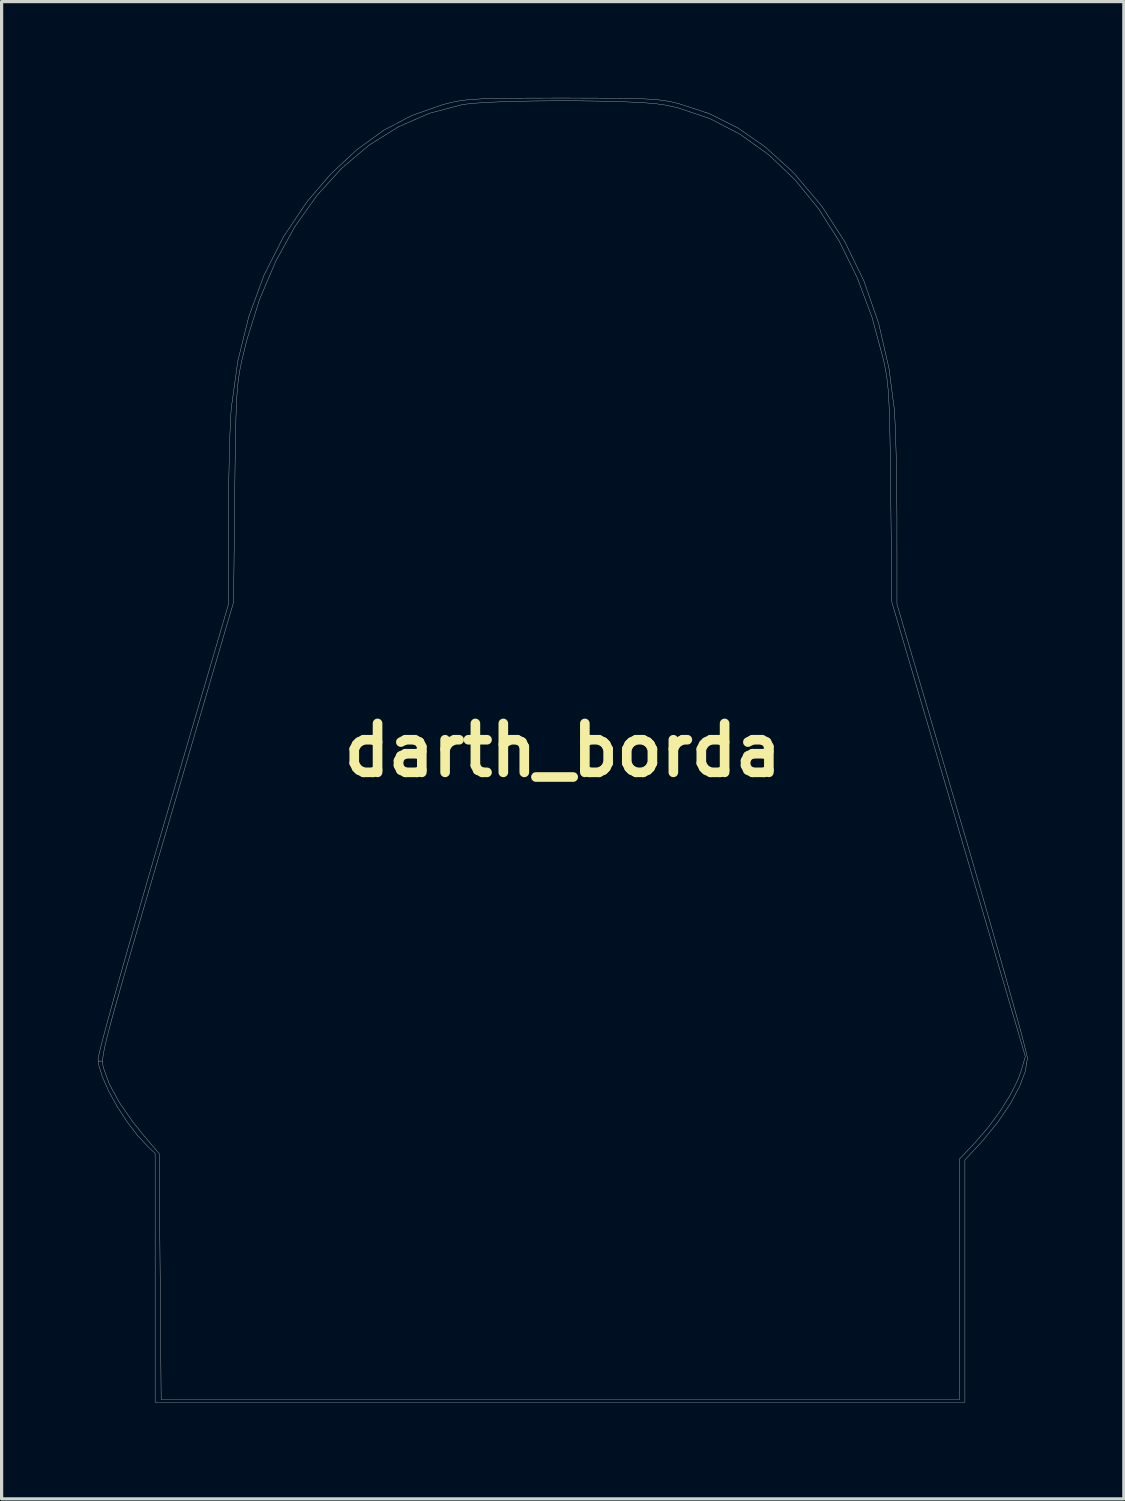
<source format=kicad_pcb>
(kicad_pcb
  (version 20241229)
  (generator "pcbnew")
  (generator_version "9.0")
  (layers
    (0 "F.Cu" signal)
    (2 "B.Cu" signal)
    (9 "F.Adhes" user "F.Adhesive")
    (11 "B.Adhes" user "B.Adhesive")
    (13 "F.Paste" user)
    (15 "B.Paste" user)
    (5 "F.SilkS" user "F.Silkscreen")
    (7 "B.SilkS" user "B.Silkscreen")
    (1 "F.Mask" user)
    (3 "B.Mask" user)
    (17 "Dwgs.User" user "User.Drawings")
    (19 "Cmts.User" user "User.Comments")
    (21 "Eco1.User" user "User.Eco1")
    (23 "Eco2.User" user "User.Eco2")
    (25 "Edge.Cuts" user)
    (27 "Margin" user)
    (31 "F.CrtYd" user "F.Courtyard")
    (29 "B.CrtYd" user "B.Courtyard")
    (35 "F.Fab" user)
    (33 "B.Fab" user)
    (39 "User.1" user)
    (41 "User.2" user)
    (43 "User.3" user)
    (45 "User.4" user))
  (footprint "darth_borda"
    (layer "F.Cu")
    (at 14.483 20.325)
    (property "Reference" "darth_borda" (at 0 0 0) (layer "F.SilkS") (effects (font (size 1.524 1.524) (thickness 0.3))))
    (attr through_hole)
    (fp_poly (pts (xy 0.798 -20.319) (xy 1.448 -20.316) (xy 1.97 -20.31) (xy 2.385 -20.3) (xy 2.714 -20.285) (xy 2.978 -20.264) (xy 3.198 -20.236) (xy 3.394 -20.199) (xy 3.587 -20.154) (xy 3.606 -20.149) (xy 4.567 -19.834) (xy 5.459 -19.388) (xy 6.304 -18.801) (xy 7.123 -18.059) (xy 7.241 -17.939) (xy 8.083 -16.937) (xy 8.799 -15.826) (xy 9.387 -14.613) (xy 9.842 -13.305) (xy 10.163 -11.909) (xy 10.328 -10.652) (xy 10.35 -10.315) (xy 10.37 -9.841) (xy 10.387 -9.262) (xy 10.4 -8.61) (xy 10.409 -7.917) (xy 10.413 -7.215) (xy 10.413 -7.122) (xy 10.414 -4.55) (xy 12.446 2.372) (xy 12.754 3.425) (xy 13.048 4.437) (xy 13.324 5.394) (xy 13.579 6.285) (xy 13.809 7.096) (xy 14.011 7.816) (xy 14.182 8.432) (xy 14.317 8.931) (xy 14.413 9.301) (xy 14.467 9.53) (xy 14.478 9.599) (xy 14.414 10.002) (xy 14.232 10.483) (xy 13.947 11.014) (xy 13.573 11.568) (xy 13.127 12.118) (xy 13.012 12.246) (xy 12.531 12.765) (xy 12.531 20.32) (xy -12.7 20.32) (xy -12.7 12.56) (xy -12.92 12.355) (xy -13.249 12.003) (xy -13.576 11.574) (xy -13.88 11.105) (xy -14.142 10.63) (xy -14.341 10.186) (xy -14.457 9.808) (xy -14.471 9.686) (xy -14.335 9.686) (xy -14.332 9.774) (xy -14.321 9.849) (xy -14.309 9.901) (xy -14.127 10.401) (xy -13.82 10.966) (xy -13.405 11.567) (xy -13.109 11.936) (xy -12.574 12.569) (xy -12.543 16.402) (xy -12.512 20.235) (xy 12.361 20.235) (xy 12.361 12.738) (xy 12.841 12.232) (xy 13.246 11.765) (xy 13.621 11.256) (xy 13.941 10.746) (xy 14.178 10.277) (xy 14.278 10.007) (xy 14.413 9.541) (xy 12.334 2.463) (xy 10.255 -4.614) (xy 10.22 -7.959) (xy 10.21 -8.815) (xy 10.2 -9.523) (xy 10.189 -10.101) (xy 10.175 -10.569) (xy 10.158 -10.949) (xy 10.137 -11.258) (xy 10.11 -11.519) (xy 10.076 -11.749) (xy 10.035 -11.971) (xy 9.997 -12.15) (xy 9.638 -13.486) (xy 9.175 -14.725) (xy 8.616 -15.859) (xy 7.966 -16.879) (xy 7.232 -17.778) (xy 6.422 -18.549) (xy 5.54 -19.184) (xy 4.595 -19.675) (xy 3.593 -20.015) (xy 3.133 -20.114) (xy 2.82 -20.153) (xy 2.367 -20.184) (xy 1.805 -20.208) (xy 1.164 -20.224) (xy 0.473 -20.233) (xy -0.239 -20.234) (xy -0.94 -20.228) (xy -1.601 -20.214) (xy -2.192 -20.193) (xy -2.684 -20.164) (xy -3.047 -20.128) (xy -3.133 -20.114) (xy -4.158 -19.844) (xy -5.13 -19.419) (xy -6.04 -18.847) (xy -6.883 -18.136) (xy -7.651 -17.292) (xy -8.339 -16.324) (xy -8.939 -15.24) (xy -9.446 -14.047) (xy -9.851 -12.752) (xy -9.997 -12.15) (xy -10.045 -11.922) (xy -10.084 -11.7) (xy -10.116 -11.465) (xy -10.142 -11.195) (xy -10.162 -10.872) (xy -10.178 -10.475) (xy -10.191 -9.984) (xy -10.202 -9.38) (xy -10.212 -8.641) (xy -10.219 -7.959) (xy -10.255 -4.614) (xy -12.33 2.45) (xy -12.693 3.684) (xy -13.01 4.766) (xy -13.285 5.707) (xy -13.521 6.517) (xy -13.72 7.208) (xy -13.885 7.789) (xy -14.02 8.271) (xy -14.126 8.665) (xy -14.207 8.982) (xy -14.266 9.232) (xy -14.305 9.425) (xy -14.327 9.573) (xy -14.335 9.686) (xy -14.471 9.686) (xy -14.478 9.624) (xy -14.454 9.494) (xy -14.386 9.214) (xy -14.277 8.797) (xy -14.13 8.255) (xy -13.949 7.601) (xy -13.737 6.848) (xy -13.498 6.007) (xy -13.236 5.091) (xy -12.954 4.113) (xy -12.655 3.086) (xy -12.446 2.374) (xy -10.414 -4.547) (xy -10.413 -7.12) (xy -10.41 -7.821) (xy -10.402 -8.517) (xy -10.389 -9.177) (xy -10.372 -9.768) (xy -10.353 -10.258) (xy -10.331 -10.616) (xy -10.328 -10.652) (xy -10.125 -12.118) (xy -9.784 -13.502) (xy -9.309 -14.796) (xy -8.703 -15.995) (xy -7.968 -17.09) (xy -7.241 -17.939) (xy -6.424 -18.704) (xy -5.584 -19.313) (xy -4.699 -19.778) (xy -3.75 -20.111) (xy -3.606 -20.149) (xy -3.412 -20.196) (xy -3.217 -20.233) (xy -3.001 -20.262) (xy -2.742 -20.283) (xy -2.42 -20.299) (xy -2.014 -20.31) (xy -1.502 -20.316) (xy -0.866 -20.319) (xy -0.082 -20.32) (xy -0.000001 -20.32) (xy 0.798 -20.319)) (stroke (width 0.01) (type solid)) (fill no) (layer "Edge.Cuts"))
    (fp_poly (pts (xy 0.798 -20.319) (xy 1.448 -20.316) (xy 1.97 -20.31) (xy 2.385 -20.3) (xy 2.714 -20.285) (xy 2.978 -20.264) (xy 3.198 -20.236) (xy 3.394 -20.199) (xy 3.587 -20.154) (xy 3.606 -20.149) (xy 4.567 -19.834) (xy 5.459 -19.388) (xy 6.304 -18.801) (xy 7.123 -18.059) (xy 7.241 -17.939) (xy 8.083 -16.937) (xy 8.799 -15.826) (xy 9.387 -14.613) (xy 9.842 -13.305) (xy 10.163 -11.909) (xy 10.328 -10.652) (xy 10.35 -10.315) (xy 10.37 -9.841) (xy 10.387 -9.262) (xy 10.4 -8.61) (xy 10.409 -7.917) (xy 10.413 -7.215) (xy 10.413 -7.122) (xy 10.414 -4.55) (xy 12.446 2.372) (xy 12.754 3.425) (xy 13.048 4.437) (xy 13.324 5.394) (xy 13.579 6.285) (xy 13.809 7.096) (xy 14.011 7.816) (xy 14.182 8.432) (xy 14.317 8.931) (xy 14.413 9.301) (xy 14.467 9.53) (xy 14.478 9.599) (xy 14.414 10.002) (xy 14.232 10.483) (xy 13.947 11.014) (xy 13.573 11.568) (xy 13.127 12.118) (xy 13.012 12.246) (xy 12.531 12.765) (xy 12.531 20.32) (xy -12.7 20.32) (xy -12.7 12.56) (xy -12.92 12.355) (xy -13.249 12.003) (xy -13.576 11.574) (xy -13.88 11.105) (xy -14.142 10.63) (xy -14.341 10.186) (xy -14.457 9.808) (xy -14.471 9.686) (xy -14.335 9.686) (xy -14.332 9.774) (xy -14.321 9.849) (xy -14.309 9.901) (xy -14.127 10.401) (xy -13.82 10.966) (xy -13.405 11.567) (xy -13.109 11.936) (xy -12.574 12.569) (xy -12.543 16.402) (xy -12.512 20.235) (xy 12.361 20.235) (xy 12.361 12.738) (xy 12.841 12.232) (xy 13.246 11.765) (xy 13.621 11.256) (xy 13.941 10.746) (xy 14.178 10.277) (xy 14.278 10.007) (xy 14.413 9.541) (xy 12.334 2.463) (xy 10.255 -4.614) (xy 10.22 -7.959) (xy 10.21 -8.815) (xy 10.2 -9.523) (xy 10.189 -10.101) (xy 10.175 -10.569) (xy 10.158 -10.949) (xy 10.137 -11.258) (xy 10.11 -11.519) (xy 10.076 -11.749) (xy 10.035 -11.971) (xy 9.997 -12.15) (xy 9.638 -13.486) (xy 9.175 -14.725) (xy 8.616 -15.859) (xy 7.966 -16.879) (xy 7.232 -17.778) (xy 6.422 -18.549) (xy 5.54 -19.184) (xy 4.595 -19.675) (xy 3.593 -20.015) (xy 3.133 -20.114) (xy 2.82 -20.153) (xy 2.367 -20.184) (xy 1.805 -20.208) (xy 1.164 -20.224) (xy 0.473 -20.233) (xy -0.239 -20.234) (xy -0.94 -20.228) (xy -1.601 -20.214) (xy -2.192 -20.193) (xy -2.684 -20.164) (xy -3.047 -20.128) (xy -3.133 -20.114) (xy -4.158 -19.844) (xy -5.13 -19.419) (xy -6.04 -18.847) (xy -6.883 -18.136) (xy -7.651 -17.292) (xy -8.339 -16.324) (xy -8.939 -15.24) (xy -9.446 -14.047) (xy -9.851 -12.752) (xy -9.997 -12.15) (xy -10.045 -11.922) (xy -10.084 -11.7) (xy -10.116 -11.465) (xy -10.142 -11.195) (xy -10.162 -10.872) (xy -10.178 -10.475) (xy -10.191 -9.984) (xy -10.202 -9.38) (xy -10.212 -8.641) (xy -10.219 -7.959) (xy -10.255 -4.614) (xy -12.33 2.45) (xy -12.693 3.684) (xy -13.01 4.766) (xy -13.285 5.707) (xy -13.521 6.517) (xy -13.72 7.208) (xy -13.885 7.789) (xy -14.02 8.271) (xy -14.126 8.665) (xy -14.207 8.982) (xy -14.266 9.232) (xy -14.305 9.425) (xy -14.327 9.573) (xy -14.335 9.686) (xy -14.471 9.686) (xy -14.478 9.624) (xy -14.454 9.494) (xy -14.386 9.214) (xy -14.277 8.797) (xy -14.13 8.255) (xy -13.949 7.601) (xy -13.737 6.848) (xy -13.498 6.007) (xy -13.236 5.091) (xy -12.954 4.113) (xy -12.655 3.086) (xy -12.446 2.374) (xy -10.414 -4.547) (xy -10.413 -7.12) (xy -10.41 -7.821) (xy -10.402 -8.517) (xy -10.389 -9.177) (xy -10.372 -9.768) (xy -10.353 -10.258) (xy -10.331 -10.616) (xy -10.328 -10.652) (xy -10.125 -12.118) (xy -9.784 -13.502) (xy -9.309 -14.796) (xy -8.703 -15.995) (xy -7.968 -17.09) (xy -7.241 -17.939) (xy -6.424 -18.704) (xy -5.584 -19.313) (xy -4.699 -19.778) (xy -3.75 -20.111) (xy -3.606 -20.149) (xy -3.412 -20.196) (xy -3.217 -20.233) (xy -3.001 -20.262) (xy -2.742 -20.283) (xy -2.42 -20.299) (xy -2.014 -20.31) (xy -1.502 -20.316) (xy -0.866 -20.319) (xy -0.082 -20.32) (xy -0.000001 -20.32) (xy 0.798 -20.319)) (stroke (width 0.01) (type solid)) (fill no) (layer "Margin")))
  (gr_rect
    (start -3 -3)
    (end 31.966 43.65)
    (stroke (width 0.1) (type default))
    (fill no)
    (layer "Edge.Cuts")))
</source>
